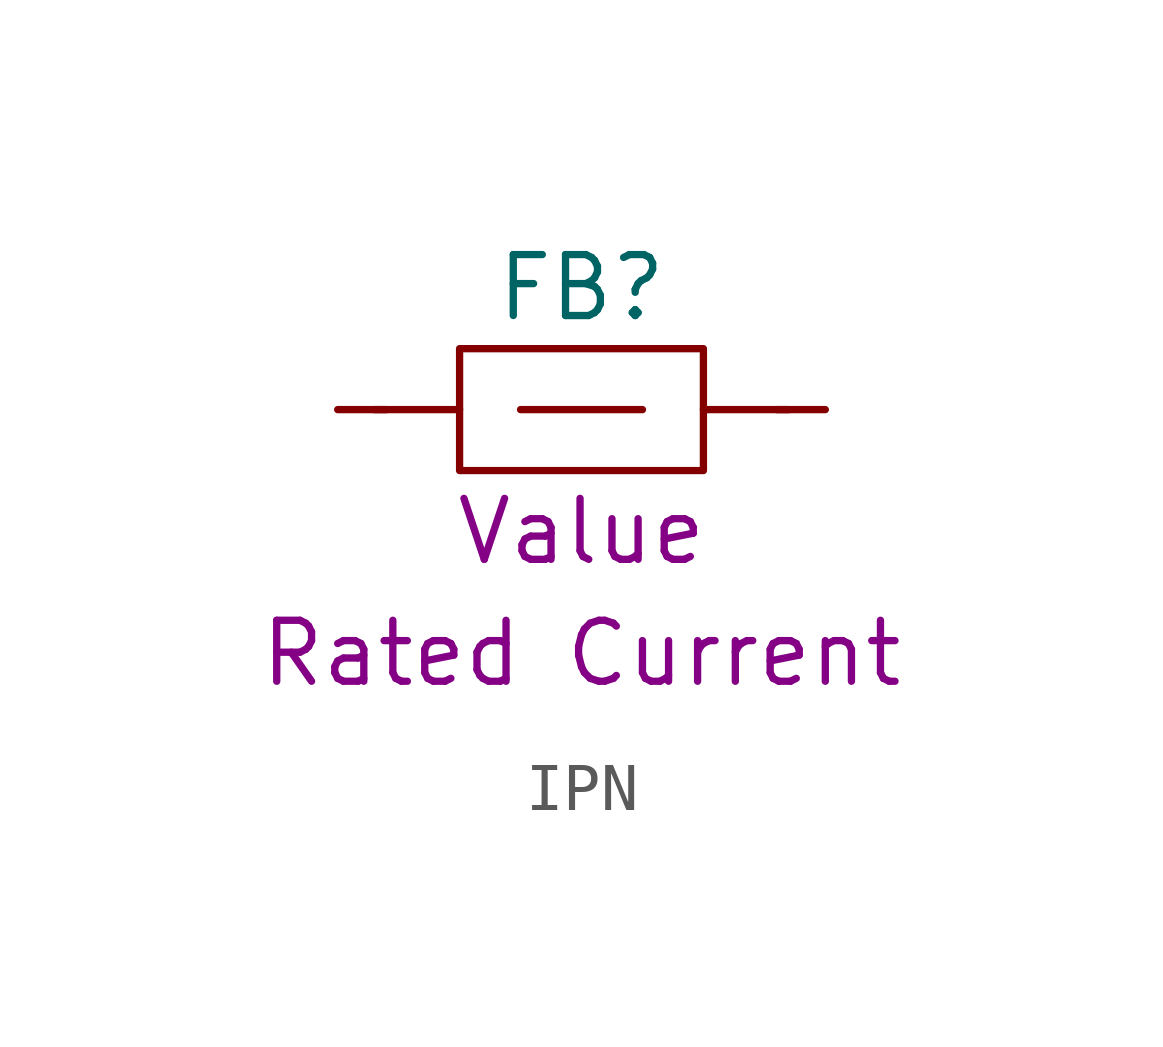
<source format=kicad_sym>
(kicad_symbol_lib
  (version 20211014)
  (generator kicad_symbol_editor)
  (symbol "IPN"
    (pin_numbers hide)
    (pin_names
      (offset 0) hide)
    (property "Reference" "FB"
      (at 0 2.54 0)
      (effects (font (size 1.27 1.27))))
    (property "Inductance (Henry)" "Value"
      (at 0 -2.54 0)
      (effects (font (size 1.27 1.27))))
    (property "Current Rating (Ampere)" "Rated Current"
      (at 0 -5.08 0)
      (effects (font (size 1.27 1.27))))
    (symbol "IPN_0_1"
      (polyline (pts (xy -4.318 0) (xy -4.064 0)) (stroke (width 0) (type default) (color 0 0 0 0)) (fill (type none)))
      (polyline (pts (xy -1.27 0) (xy 1.27 0)) (stroke (width 0) (type default) (color 0 0 0 0)) (fill (type none)))
      (polyline (pts (xy 4.064 0) (xy 4.318 0)) (stroke (width 0) (type default) (color 0 0 0 0)) (fill (type none)))
      (polyline (pts (xy -2.54 1.27) (xy -2.54 -1.27) (xy 2.54 -1.27) (xy 2.54 1.27) (xy -2.54 1.27)) (stroke (width 0) (type default) (color 0 0 0 0)) (fill (type none))))
    (symbol "IPN_1_1"
      (pin passive line (at -5.08 0 0) (length 2.54) (name "1" (effects (font (size 1.27 1.27)))) (number "1" (effects (font (size 1.27 1.27)))))
      (pin passive line (at 5.08 0 180) (length 2.54) (name "2" (effects (font (size 1.27 1.27)))) (number "2" (effects (font (size 1.27 1.27))))))))
</source>
